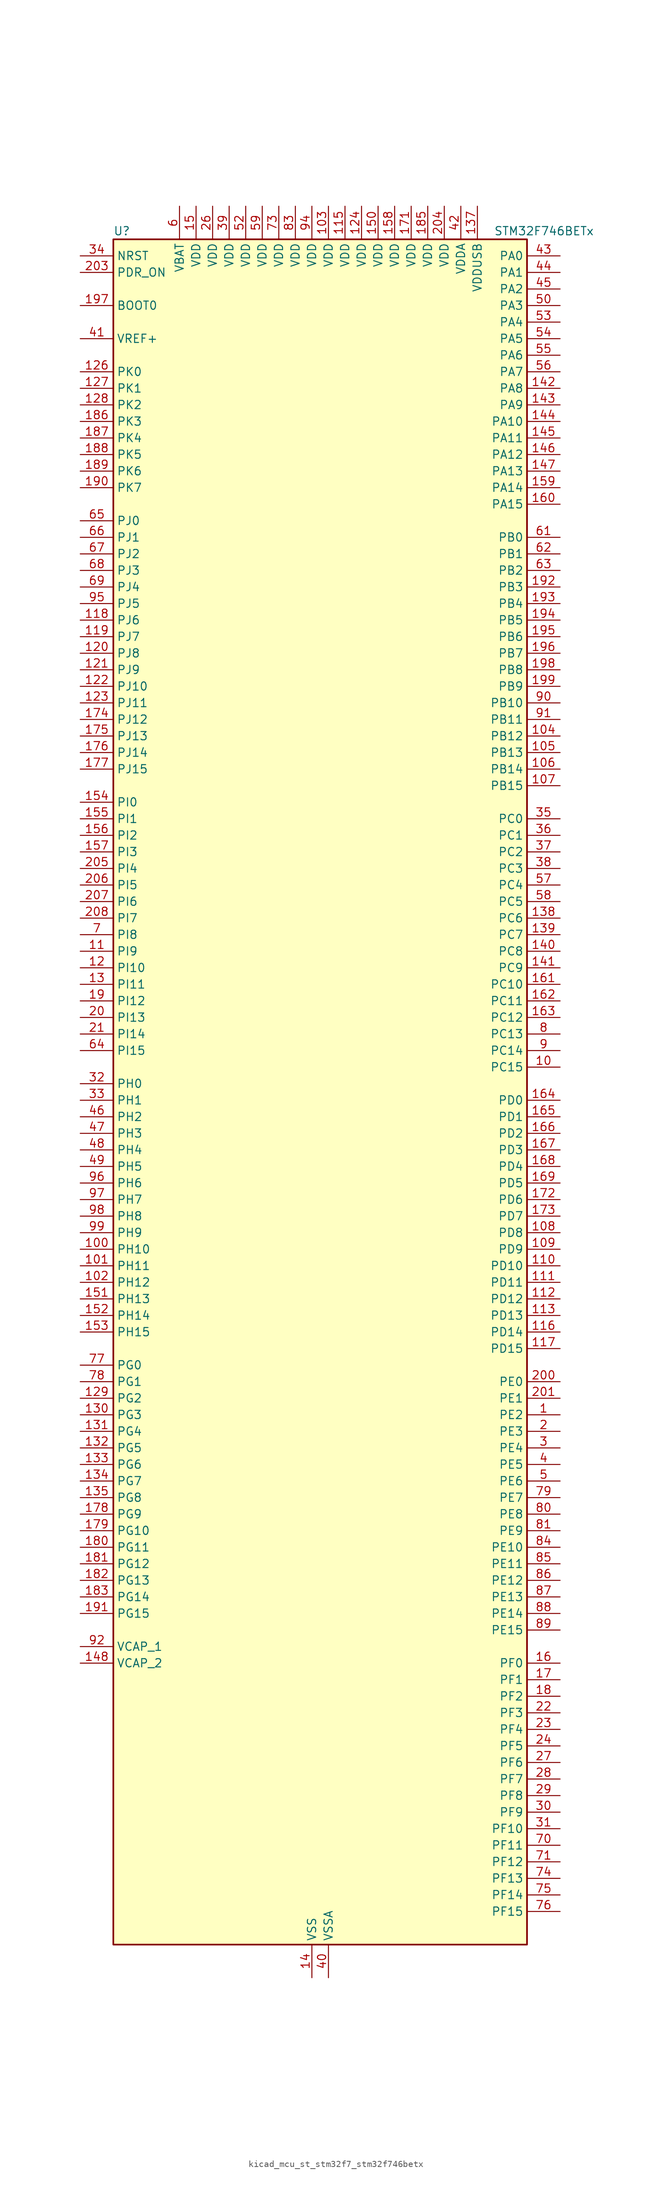
<source format=kicad_sym>
(kicad_symbol_lib
  (version 20220914)
  (generator kicad_symbol_editor)
  (symbol "kicad_mcu_st_stm32f7_stm32f746betx"
    (property "Reference" "U"
      (at -30.48 133.35 0)
      (effects (font (size 1.27 1.27)) (justify left)))
    (property "Value" "STM32F746BETx"
      (at 27.94 133.35 0)
      (effects (font (size 1.27 1.27)) (justify left)))
    (property "ki_locked" ""
      (at 0 0 0)
      (effects (font (size 1.27 1.27))))
    (symbol "kicad_mcu_st_stm32f7_stm32f746betx_0_1"
      (rectangle (start -30.48 -129.54) (end 33.02 132.08) (stroke (width 0.254) (type default)) (fill (type background))))
    (symbol "kicad_mcu_st_stm32f7_stm32f746betx_1_1"
      (pin bidirectional line (at 38.1 -48.26 180) (length 5.08) (name "PE2" (effects (font (size 1.27 1.27)))) (number "1" (effects (font (size 1.27 1.27)))) (alternate "ETH_TXD3" bidirectional line) (alternate "FMC_A23" bidirectional line) (alternate "QUADSPI_BK1_IO2" bidirectional line) (alternate "SAI1_MCLK_A" bidirectional line) (alternate "SPI4_SCK" bidirectional line) (alternate "SYS_TRACECLK" bidirectional line))
      (pin bidirectional line (at 38.1 5.08 180) (length 5.08) (name "PC15" (effects (font (size 1.27 1.27)))) (number "10" (effects (font (size 1.27 1.27)))) (alternate "RCC_OSC32_OUT" bidirectional line))
      (pin bidirectional line (at -35.56 -22.86 0) (length 5.08) (name "PH10" (effects (font (size 1.27 1.27)))) (number "100" (effects (font (size 1.27 1.27)))) (alternate "DCMI_D1" bidirectional line) (alternate "FMC_D18" bidirectional line) (alternate "I2C4_SMBA" bidirectional line) (alternate "LTDC_R4" bidirectional line) (alternate "TIM5_CH1" bidirectional line))
      (pin bidirectional line (at -35.56 -25.4 0) (length 5.08) (name "PH11" (effects (font (size 1.27 1.27)))) (number "101" (effects (font (size 1.27 1.27)))) (alternate "ADC1_EXTI11" bidirectional line) (alternate "ADC2_EXTI11" bidirectional line) (alternate "ADC3_EXTI11" bidirectional line) (alternate "DCMI_D2" bidirectional line) (alternate "FMC_D19" bidirectional line) (alternate "I2C4_SCL" bidirectional line) (alternate "LTDC_R5" bidirectional line) (alternate "TIM5_CH2" bidirectional line))
      (pin bidirectional line (at -35.56 -27.94 0) (length 5.08) (name "PH12" (effects (font (size 1.27 1.27)))) (number "102" (effects (font (size 1.27 1.27)))) (alternate "DCMI_D3" bidirectional line) (alternate "FMC_D20" bidirectional line) (alternate "I2C4_SDA" bidirectional line) (alternate "LTDC_R6" bidirectional line) (alternate "TIM5_CH3" bidirectional line))
      (pin power_in line (at 2.54 137.16 270) (length 5.08) (name "VDD" (effects (font (size 1.27 1.27)))) (number "103" (effects (font (size 1.27 1.27)))))
      (pin bidirectional line (at 38.1 55.88 180) (length 5.08) (name "PB12" (effects (font (size 1.27 1.27)))) (number "104" (effects (font (size 1.27 1.27)))) (alternate "CAN2_RX" bidirectional line) (alternate "ETH_TXD0" bidirectional line) (alternate "I2C2_SMBA" bidirectional line) (alternate "I2S2_WS" bidirectional line) (alternate "SPI2_NSS" bidirectional line) (alternate "TIM1_BKIN" bidirectional line) (alternate "USART3_CK" bidirectional line) (alternate "USB_OTG_HS_ID" bidirectional line) (alternate "USB_OTG_HS_ULPI_D5" bidirectional line))
      (pin bidirectional line (at 38.1 53.34 180) (length 5.08) (name "PB13" (effects (font (size 1.27 1.27)))) (number "105" (effects (font (size 1.27 1.27)))) (alternate "CAN2_TX" bidirectional line) (alternate "ETH_TXD1" bidirectional line) (alternate "I2S2_CK" bidirectional line) (alternate "SPI2_SCK" bidirectional line) (alternate "TIM1_CH1N" bidirectional line) (alternate "USART3_CTS" bidirectional line) (alternate "USB_OTG_HS_ULPI_D6" bidirectional line) (alternate "USB_OTG_HS_VBUS" bidirectional line))
      (pin bidirectional line (at 38.1 50.8 180) (length 5.08) (name "PB14" (effects (font (size 1.27 1.27)))) (number "106" (effects (font (size 1.27 1.27)))) (alternate "SPI2_MISO" bidirectional line) (alternate "TIM12_CH1" bidirectional line) (alternate "TIM1_CH2N" bidirectional line) (alternate "TIM8_CH2N" bidirectional line) (alternate "USART3_DE" bidirectional line) (alternate "USART3_RTS" bidirectional line) (alternate "USB_OTG_HS_DM" bidirectional line))
      (pin bidirectional line (at 38.1 48.26 180) (length 5.08) (name "PB15" (effects (font (size 1.27 1.27)))) (number "107" (effects (font (size 1.27 1.27)))) (alternate "I2S2_SD" bidirectional line) (alternate "RTC_REFIN" bidirectional line) (alternate "SPI2_MOSI" bidirectional line) (alternate "TIM12_CH2" bidirectional line) (alternate "TIM1_CH3N" bidirectional line) (alternate "TIM8_CH3N" bidirectional line) (alternate "USB_OTG_HS_DP" bidirectional line))
      (pin bidirectional line (at 38.1 -20.32 180) (length 5.08) (name "PD8" (effects (font (size 1.27 1.27)))) (number "108" (effects (font (size 1.27 1.27)))) (alternate "FMC_D13" bidirectional line) (alternate "FMC_DA13" bidirectional line) (alternate "SPDIFRX_IN1" bidirectional line) (alternate "USART3_TX" bidirectional line))
      (pin bidirectional line (at 38.1 -22.86 180) (length 5.08) (name "PD9" (effects (font (size 1.27 1.27)))) (number "109" (effects (font (size 1.27 1.27)))) (alternate "DAC_EXTI9" bidirectional line) (alternate "FMC_D14" bidirectional line) (alternate "FMC_DA14" bidirectional line) (alternate "USART3_RX" bidirectional line))
      (pin bidirectional line (at -35.56 22.86 0) (length 5.08) (name "PI9" (effects (font (size 1.27 1.27)))) (number "11" (effects (font (size 1.27 1.27)))) (alternate "CAN1_RX" bidirectional line) (alternate "DAC_EXTI9" bidirectional line) (alternate "FMC_D30" bidirectional line) (alternate "LTDC_VSYNC" bidirectional line))
      (pin bidirectional line (at 38.1 -25.4 180) (length 5.08) (name "PD10" (effects (font (size 1.27 1.27)))) (number "110" (effects (font (size 1.27 1.27)))) (alternate "FMC_D15" bidirectional line) (alternate "FMC_DA15" bidirectional line) (alternate "LTDC_B3" bidirectional line) (alternate "USART3_CK" bidirectional line))
      (pin bidirectional line (at 38.1 -27.94 180) (length 5.08) (name "PD11" (effects (font (size 1.27 1.27)))) (number "111" (effects (font (size 1.27 1.27)))) (alternate "ADC1_EXTI11" bidirectional line) (alternate "ADC2_EXTI11" bidirectional line) (alternate "ADC3_EXTI11" bidirectional line) (alternate "FMC_A16" bidirectional line) (alternate "FMC_CLE" bidirectional line) (alternate "I2C4_SMBA" bidirectional line) (alternate "QUADSPI_BK1_IO0" bidirectional line) (alternate "SAI2_SD_A" bidirectional line) (alternate "USART3_CTS" bidirectional line))
      (pin bidirectional line (at 38.1 -30.48 180) (length 5.08) (name "PD12" (effects (font (size 1.27 1.27)))) (number "112" (effects (font (size 1.27 1.27)))) (alternate "FMC_A17" bidirectional line) (alternate "FMC_ALE" bidirectional line) (alternate "I2C4_SCL" bidirectional line) (alternate "LPTIM1_IN1" bidirectional line) (alternate "QUADSPI_BK1_IO1" bidirectional line) (alternate "SAI2_FS_A" bidirectional line) (alternate "TIM4_CH1" bidirectional line) (alternate "USART3_DE" bidirectional line) (alternate "USART3_RTS" bidirectional line))
      (pin bidirectional line (at 38.1 -33.02 180) (length 5.08) (name "PD13" (effects (font (size 1.27 1.27)))) (number "113" (effects (font (size 1.27 1.27)))) (alternate "FMC_A18" bidirectional line) (alternate "I2C4_SDA" bidirectional line) (alternate "LPTIM1_OUT" bidirectional line) (alternate "QUADSPI_BK1_IO3" bidirectional line) (alternate "SAI2_SCK_A" bidirectional line) (alternate "TIM4_CH2" bidirectional line))
      (pin passive line (at 0 -134.62 90) (length 5.08) hide (name "VSS" (effects (font (size 1.27 1.27)))) (number "114" (effects (font (size 1.27 1.27)))))
      (pin power_in line (at 5.08 137.16 270) (length 5.08) (name "VDD" (effects (font (size 1.27 1.27)))) (number "115" (effects (font (size 1.27 1.27)))))
      (pin bidirectional line (at 38.1 -35.56 180) (length 5.08) (name "PD14" (effects (font (size 1.27 1.27)))) (number "116" (effects (font (size 1.27 1.27)))) (alternate "FMC_D0" bidirectional line) (alternate "FMC_DA0" bidirectional line) (alternate "TIM4_CH3" bidirectional line) (alternate "UART8_CTS" bidirectional line))
      (pin bidirectional line (at 38.1 -38.1 180) (length 5.08) (name "PD15" (effects (font (size 1.27 1.27)))) (number "117" (effects (font (size 1.27 1.27)))) (alternate "FMC_D1" bidirectional line) (alternate "FMC_DA1" bidirectional line) (alternate "TIM4_CH4" bidirectional line) (alternate "UART8_DE" bidirectional line) (alternate "UART8_RTS" bidirectional line))
      (pin bidirectional line (at -35.56 73.66 0) (length 5.08) (name "PJ6" (effects (font (size 1.27 1.27)))) (number "118" (effects (font (size 1.27 1.27)))) (alternate "LTDC_R7" bidirectional line))
      (pin bidirectional line (at -35.56 71.12 0) (length 5.08) (name "PJ7" (effects (font (size 1.27 1.27)))) (number "119" (effects (font (size 1.27 1.27)))) (alternate "LTDC_G0" bidirectional line))
      (pin bidirectional line (at -35.56 20.32 0) (length 5.08) (name "PI10" (effects (font (size 1.27 1.27)))) (number "12" (effects (font (size 1.27 1.27)))) (alternate "ETH_RX_ER" bidirectional line) (alternate "FMC_D31" bidirectional line) (alternate "LTDC_HSYNC" bidirectional line))
      (pin bidirectional line (at -35.56 68.58 0) (length 5.08) (name "PJ8" (effects (font (size 1.27 1.27)))) (number "120" (effects (font (size 1.27 1.27)))) (alternate "LTDC_G1" bidirectional line))
      (pin bidirectional line (at -35.56 66.04 0) (length 5.08) (name "PJ9" (effects (font (size 1.27 1.27)))) (number "121" (effects (font (size 1.27 1.27)))) (alternate "DAC_EXTI9" bidirectional line) (alternate "LTDC_G2" bidirectional line))
      (pin bidirectional line (at -35.56 63.5 0) (length 5.08) (name "PJ10" (effects (font (size 1.27 1.27)))) (number "122" (effects (font (size 1.27 1.27)))) (alternate "LTDC_G3" bidirectional line))
      (pin bidirectional line (at -35.56 60.96 0) (length 5.08) (name "PJ11" (effects (font (size 1.27 1.27)))) (number "123" (effects (font (size 1.27 1.27)))) (alternate "ADC1_EXTI11" bidirectional line) (alternate "ADC2_EXTI11" bidirectional line) (alternate "ADC3_EXTI11" bidirectional line) (alternate "LTDC_G4" bidirectional line))
      (pin power_in line (at 7.62 137.16 270) (length 5.08) (name "VDD" (effects (font (size 1.27 1.27)))) (number "124" (effects (font (size 1.27 1.27)))))
      (pin passive line (at 0 -134.62 90) (length 5.08) hide (name "VSS" (effects (font (size 1.27 1.27)))) (number "125" (effects (font (size 1.27 1.27)))))
      (pin bidirectional line (at -35.56 111.76 0) (length 5.08) (name "PK0" (effects (font (size 1.27 1.27)))) (number "126" (effects (font (size 1.27 1.27)))) (alternate "LTDC_G5" bidirectional line))
      (pin bidirectional line (at -35.56 109.22 0) (length 5.08) (name "PK1" (effects (font (size 1.27 1.27)))) (number "127" (effects (font (size 1.27 1.27)))) (alternate "LTDC_G6" bidirectional line))
      (pin bidirectional line (at -35.56 106.68 0) (length 5.08) (name "PK2" (effects (font (size 1.27 1.27)))) (number "128" (effects (font (size 1.27 1.27)))) (alternate "LTDC_G7" bidirectional line))
      (pin bidirectional line (at -35.56 -45.72 0) (length 5.08) (name "PG2" (effects (font (size 1.27 1.27)))) (number "129" (effects (font (size 1.27 1.27)))) (alternate "FMC_A12" bidirectional line))
      (pin bidirectional line (at -35.56 17.78 0) (length 5.08) (name "PI11" (effects (font (size 1.27 1.27)))) (number "13" (effects (font (size 1.27 1.27)))) (alternate "ADC1_EXTI11" bidirectional line) (alternate "ADC2_EXTI11" bidirectional line) (alternate "ADC3_EXTI11" bidirectional line) (alternate "SYS_WKUP6" bidirectional line) (alternate "USB_OTG_HS_ULPI_DIR" bidirectional line))
      (pin bidirectional line (at -35.56 -48.26 0) (length 5.08) (name "PG3" (effects (font (size 1.27 1.27)))) (number "130" (effects (font (size 1.27 1.27)))) (alternate "FMC_A13" bidirectional line))
      (pin bidirectional line (at -35.56 -50.8 0) (length 5.08) (name "PG4" (effects (font (size 1.27 1.27)))) (number "131" (effects (font (size 1.27 1.27)))) (alternate "FMC_A14" bidirectional line) (alternate "FMC_BA0" bidirectional line))
      (pin bidirectional line (at -35.56 -53.34 0) (length 5.08) (name "PG5" (effects (font (size 1.27 1.27)))) (number "132" (effects (font (size 1.27 1.27)))) (alternate "FMC_A15" bidirectional line) (alternate "FMC_BA1" bidirectional line))
      (pin bidirectional line (at -35.56 -55.88 0) (length 5.08) (name "PG6" (effects (font (size 1.27 1.27)))) (number "133" (effects (font (size 1.27 1.27)))) (alternate "DCMI_D12" bidirectional line) (alternate "LTDC_R7" bidirectional line))
      (pin bidirectional line (at -35.56 -58.42 0) (length 5.08) (name "PG7" (effects (font (size 1.27 1.27)))) (number "134" (effects (font (size 1.27 1.27)))) (alternate "DCMI_D13" bidirectional line) (alternate "FMC_INT" bidirectional line) (alternate "LTDC_CLK" bidirectional line) (alternate "USART6_CK" bidirectional line))
      (pin bidirectional line (at -35.56 -60.96 0) (length 5.08) (name "PG8" (effects (font (size 1.27 1.27)))) (number "135" (effects (font (size 1.27 1.27)))) (alternate "ETH_PPS_OUT" bidirectional line) (alternate "FMC_SDCLK" bidirectional line) (alternate "SPDIFRX_IN2" bidirectional line) (alternate "SPI6_NSS" bidirectional line) (alternate "USART6_DE" bidirectional line) (alternate "USART6_RTS" bidirectional line))
      (pin passive line (at 0 -134.62 90) (length 5.08) hide (name "VSS" (effects (font (size 1.27 1.27)))) (number "136" (effects (font (size 1.27 1.27)))))
      (pin power_in line (at 25.4 137.16 270) (length 5.08) (name "VDDUSB" (effects (font (size 1.27 1.27)))) (number "137" (effects (font (size 1.27 1.27)))))
      (pin bidirectional line (at 38.1 27.94 180) (length 5.08) (name "PC6" (effects (font (size 1.27 1.27)))) (number "138" (effects (font (size 1.27 1.27)))) (alternate "DCMI_D0" bidirectional line) (alternate "I2S2_MCK" bidirectional line) (alternate "LTDC_HSYNC" bidirectional line) (alternate "SDMMC1_D6" bidirectional line) (alternate "TIM3_CH1" bidirectional line) (alternate "TIM8_CH1" bidirectional line) (alternate "USART6_TX" bidirectional line))
      (pin bidirectional line (at 38.1 25.4 180) (length 5.08) (name "PC7" (effects (font (size 1.27 1.27)))) (number "139" (effects (font (size 1.27 1.27)))) (alternate "DCMI_D1" bidirectional line) (alternate "I2S3_MCK" bidirectional line) (alternate "LTDC_G6" bidirectional line) (alternate "SDMMC1_D7" bidirectional line) (alternate "TIM3_CH2" bidirectional line) (alternate "TIM8_CH2" bidirectional line) (alternate "USART6_RX" bidirectional line))
      (pin power_in line (at 0 -134.62 90) (length 5.08) (name "VSS" (effects (font (size 1.27 1.27)))) (number "14" (effects (font (size 1.27 1.27)))))
      (pin bidirectional line (at 38.1 22.86 180) (length 5.08) (name "PC8" (effects (font (size 1.27 1.27)))) (number "140" (effects (font (size 1.27 1.27)))) (alternate "DCMI_D2" bidirectional line) (alternate "SDMMC1_D0" bidirectional line) (alternate "SYS_TRACED1" bidirectional line) (alternate "TIM3_CH3" bidirectional line) (alternate "TIM8_CH3" bidirectional line) (alternate "UART5_DE" bidirectional line) (alternate "UART5_RTS" bidirectional line) (alternate "USART6_CK" bidirectional line))
      (pin bidirectional line (at 38.1 20.32 180) (length 5.08) (name "PC9" (effects (font (size 1.27 1.27)))) (number "141" (effects (font (size 1.27 1.27)))) (alternate "DAC_EXTI9" bidirectional line) (alternate "DCMI_D3" bidirectional line) (alternate "I2C3_SDA" bidirectional line) (alternate "I2S_CKIN" bidirectional line) (alternate "QUADSPI_BK1_IO0" bidirectional line) (alternate "RCC_MCO_2" bidirectional line) (alternate "SDMMC1_D1" bidirectional line) (alternate "TIM3_CH4" bidirectional line) (alternate "TIM8_CH4" bidirectional line) (alternate "UART5_CTS" bidirectional line))
      (pin bidirectional line (at 38.1 109.22 180) (length 5.08) (name "PA8" (effects (font (size 1.27 1.27)))) (number "142" (effects (font (size 1.27 1.27)))) (alternate "I2C3_SCL" bidirectional line) (alternate "LTDC_R6" bidirectional line) (alternate "RCC_MCO_1" bidirectional line) (alternate "TIM1_CH1" bidirectional line) (alternate "TIM8_BKIN2" bidirectional line) (alternate "USART1_CK" bidirectional line) (alternate "USB_OTG_FS_SOF" bidirectional line))
      (pin bidirectional line (at 38.1 106.68 180) (length 5.08) (name "PA9" (effects (font (size 1.27 1.27)))) (number "143" (effects (font (size 1.27 1.27)))) (alternate "DAC_EXTI9" bidirectional line) (alternate "DCMI_D0" bidirectional line) (alternate "I2C3_SMBA" bidirectional line) (alternate "I2S2_CK" bidirectional line) (alternate "SPI2_SCK" bidirectional line) (alternate "TIM1_CH2" bidirectional line) (alternate "USART1_TX" bidirectional line) (alternate "USB_OTG_FS_VBUS" bidirectional line))
      (pin bidirectional line (at 38.1 104.14 180) (length 5.08) (name "PA10" (effects (font (size 1.27 1.27)))) (number "144" (effects (font (size 1.27 1.27)))) (alternate "DCMI_D1" bidirectional line) (alternate "TIM1_CH3" bidirectional line) (alternate "USART1_RX" bidirectional line) (alternate "USB_OTG_FS_ID" bidirectional line))
      (pin bidirectional line (at 38.1 101.6 180) (length 5.08) (name "PA11" (effects (font (size 1.27 1.27)))) (number "145" (effects (font (size 1.27 1.27)))) (alternate "ADC1_EXTI11" bidirectional line) (alternate "ADC2_EXTI11" bidirectional line) (alternate "ADC3_EXTI11" bidirectional line) (alternate "CAN1_RX" bidirectional line) (alternate "LTDC_R4" bidirectional line) (alternate "TIM1_CH4" bidirectional line) (alternate "USART1_CTS" bidirectional line) (alternate "USB_OTG_FS_DM" bidirectional line))
      (pin bidirectional line (at 38.1 99.06 180) (length 5.08) (name "PA12" (effects (font (size 1.27 1.27)))) (number "146" (effects (font (size 1.27 1.27)))) (alternate "CAN1_TX" bidirectional line) (alternate "LTDC_R5" bidirectional line) (alternate "SAI2_FS_B" bidirectional line) (alternate "TIM1_ETR" bidirectional line) (alternate "USART1_DE" bidirectional line) (alternate "USART1_RTS" bidirectional line) (alternate "USB_OTG_FS_DP" bidirectional line))
      (pin bidirectional line (at 38.1 96.52 180) (length 5.08) (name "PA13" (effects (font (size 1.27 1.27)))) (number "147" (effects (font (size 1.27 1.27)))) (alternate "SYS_JTMS-SWDIO" bidirectional line))
      (pin power_out line (at -35.56 -86.36 0) (length 5.08) (name "VCAP_2" (effects (font (size 1.27 1.27)))) (number "148" (effects (font (size 1.27 1.27)))))
      (pin passive line (at 0 -134.62 90) (length 5.08) hide (name "VSS" (effects (font (size 1.27 1.27)))) (number "149" (effects (font (size 1.27 1.27)))))
      (pin power_in line (at -17.78 137.16 270) (length 5.08) (name "VDD" (effects (font (size 1.27 1.27)))) (number "15" (effects (font (size 1.27 1.27)))))
      (pin power_in line (at 10.16 137.16 270) (length 5.08) (name "VDD" (effects (font (size 1.27 1.27)))) (number "150" (effects (font (size 1.27 1.27)))))
      (pin bidirectional line (at -35.56 -30.48 0) (length 5.08) (name "PH13" (effects (font (size 1.27 1.27)))) (number "151" (effects (font (size 1.27 1.27)))) (alternate "CAN1_TX" bidirectional line) (alternate "FMC_D21" bidirectional line) (alternate "LTDC_G2" bidirectional line) (alternate "TIM8_CH1N" bidirectional line))
      (pin bidirectional line (at -35.56 -33.02 0) (length 5.08) (name "PH14" (effects (font (size 1.27 1.27)))) (number "152" (effects (font (size 1.27 1.27)))) (alternate "DCMI_D4" bidirectional line) (alternate "FMC_D22" bidirectional line) (alternate "LTDC_G3" bidirectional line) (alternate "TIM8_CH2N" bidirectional line))
      (pin bidirectional line (at -35.56 -35.56 0) (length 5.08) (name "PH15" (effects (font (size 1.27 1.27)))) (number "153" (effects (font (size 1.27 1.27)))) (alternate "DCMI_D11" bidirectional line) (alternate "FMC_D23" bidirectional line) (alternate "LTDC_G4" bidirectional line) (alternate "TIM8_CH3N" bidirectional line))
      (pin bidirectional line (at -35.56 45.72 0) (length 5.08) (name "PI0" (effects (font (size 1.27 1.27)))) (number "154" (effects (font (size 1.27 1.27)))) (alternate "DCMI_D13" bidirectional line) (alternate "FMC_D24" bidirectional line) (alternate "I2S2_WS" bidirectional line) (alternate "LTDC_G5" bidirectional line) (alternate "SPI2_NSS" bidirectional line) (alternate "TIM5_CH4" bidirectional line))
      (pin bidirectional line (at -35.56 43.18 0) (length 5.08) (name "PI1" (effects (font (size 1.27 1.27)))) (number "155" (effects (font (size 1.27 1.27)))) (alternate "DCMI_D8" bidirectional line) (alternate "FMC_D25" bidirectional line) (alternate "I2S2_CK" bidirectional line) (alternate "LTDC_G6" bidirectional line) (alternate "SPI2_SCK" bidirectional line) (alternate "TIM8_BKIN2" bidirectional line))
      (pin bidirectional line (at -35.56 40.64 0) (length 5.08) (name "PI2" (effects (font (size 1.27 1.27)))) (number "156" (effects (font (size 1.27 1.27)))) (alternate "DCMI_D9" bidirectional line) (alternate "FMC_D26" bidirectional line) (alternate "LTDC_G7" bidirectional line) (alternate "SPI2_MISO" bidirectional line) (alternate "TIM8_CH4" bidirectional line))
      (pin bidirectional line (at -35.56 38.1 0) (length 5.08) (name "PI3" (effects (font (size 1.27 1.27)))) (number "157" (effects (font (size 1.27 1.27)))) (alternate "DCMI_D10" bidirectional line) (alternate "FMC_D27" bidirectional line) (alternate "I2S2_SD" bidirectional line) (alternate "SPI2_MOSI" bidirectional line) (alternate "TIM8_ETR" bidirectional line))
      (pin power_in line (at 12.7 137.16 270) (length 5.08) (name "VDD" (effects (font (size 1.27 1.27)))) (number "158" (effects (font (size 1.27 1.27)))))
      (pin bidirectional line (at 38.1 93.98 180) (length 5.08) (name "PA14" (effects (font (size 1.27 1.27)))) (number "159" (effects (font (size 1.27 1.27)))) (alternate "SYS_JTCK-SWCLK" bidirectional line))
      (pin bidirectional line (at 38.1 -86.36 180) (length 5.08) (name "PF0" (effects (font (size 1.27 1.27)))) (number "16" (effects (font (size 1.27 1.27)))) (alternate "FMC_A0" bidirectional line) (alternate "I2C2_SDA" bidirectional line))
      (pin bidirectional line (at 38.1 91.44 180) (length 5.08) (name "PA15" (effects (font (size 1.27 1.27)))) (number "160" (effects (font (size 1.27 1.27)))) (alternate "CEC" bidirectional line) (alternate "I2S1_WS" bidirectional line) (alternate "I2S3_WS" bidirectional line) (alternate "SPI1_NSS" bidirectional line) (alternate "SPI3_NSS" bidirectional line) (alternate "SYS_JTDI" bidirectional line) (alternate "TIM2_CH1" bidirectional line) (alternate "TIM2_ETR" bidirectional line) (alternate "UART4_DE" bidirectional line) (alternate "UART4_RTS" bidirectional line))
      (pin bidirectional line (at 38.1 17.78 180) (length 5.08) (name "PC10" (effects (font (size 1.27 1.27)))) (number "161" (effects (font (size 1.27 1.27)))) (alternate "DCMI_D8" bidirectional line) (alternate "I2S3_CK" bidirectional line) (alternate "LTDC_R2" bidirectional line) (alternate "QUADSPI_BK1_IO1" bidirectional line) (alternate "SDMMC1_D2" bidirectional line) (alternate "SPI3_SCK" bidirectional line) (alternate "UART4_TX" bidirectional line) (alternate "USART3_TX" bidirectional line))
      (pin bidirectional line (at 38.1 15.24 180) (length 5.08) (name "PC11" (effects (font (size 1.27 1.27)))) (number "162" (effects (font (size 1.27 1.27)))) (alternate "ADC1_EXTI11" bidirectional line) (alternate "ADC2_EXTI11" bidirectional line) (alternate "ADC3_EXTI11" bidirectional line) (alternate "DCMI_D4" bidirectional line) (alternate "QUADSPI_BK2_NCS" bidirectional line) (alternate "SDMMC1_D3" bidirectional line) (alternate "SPI3_MISO" bidirectional line) (alternate "UART4_RX" bidirectional line) (alternate "USART3_RX" bidirectional line))
      (pin bidirectional line (at 38.1 12.7 180) (length 5.08) (name "PC12" (effects (font (size 1.27 1.27)))) (number "163" (effects (font (size 1.27 1.27)))) (alternate "DCMI_D9" bidirectional line) (alternate "I2S3_SD" bidirectional line) (alternate "SDMMC1_CK" bidirectional line) (alternate "SPI3_MOSI" bidirectional line) (alternate "SYS_TRACED3" bidirectional line) (alternate "UART5_TX" bidirectional line) (alternate "USART3_CK" bidirectional line))
      (pin bidirectional line (at 38.1 0 180) (length 5.08) (name "PD0" (effects (font (size 1.27 1.27)))) (number "164" (effects (font (size 1.27 1.27)))) (alternate "CAN1_RX" bidirectional line) (alternate "FMC_D2" bidirectional line) (alternate "FMC_DA2" bidirectional line))
      (pin bidirectional line (at 38.1 -2.54 180) (length 5.08) (name "PD1" (effects (font (size 1.27 1.27)))) (number "165" (effects (font (size 1.27 1.27)))) (alternate "CAN1_TX" bidirectional line) (alternate "FMC_D3" bidirectional line) (alternate "FMC_DA3" bidirectional line))
      (pin bidirectional line (at 38.1 -5.08 180) (length 5.08) (name "PD2" (effects (font (size 1.27 1.27)))) (number "166" (effects (font (size 1.27 1.27)))) (alternate "DCMI_D11" bidirectional line) (alternate "SDMMC1_CMD" bidirectional line) (alternate "SYS_TRACED2" bidirectional line) (alternate "TIM3_ETR" bidirectional line) (alternate "UART5_RX" bidirectional line))
      (pin bidirectional line (at 38.1 -7.62 180) (length 5.08) (name "PD3" (effects (font (size 1.27 1.27)))) (number "167" (effects (font (size 1.27 1.27)))) (alternate "DCMI_D5" bidirectional line) (alternate "FMC_CLK" bidirectional line) (alternate "I2S2_CK" bidirectional line) (alternate "LTDC_G7" bidirectional line) (alternate "SPI2_SCK" bidirectional line) (alternate "USART2_CTS" bidirectional line))
      (pin bidirectional line (at 38.1 -10.16 180) (length 5.08) (name "PD4" (effects (font (size 1.27 1.27)))) (number "168" (effects (font (size 1.27 1.27)))) (alternate "FMC_NOE" bidirectional line) (alternate "USART2_DE" bidirectional line) (alternate "USART2_RTS" bidirectional line))
      (pin bidirectional line (at 38.1 -12.7 180) (length 5.08) (name "PD5" (effects (font (size 1.27 1.27)))) (number "169" (effects (font (size 1.27 1.27)))) (alternate "FMC_NWE" bidirectional line) (alternate "USART2_TX" bidirectional line))
      (pin bidirectional line (at 38.1 -88.9 180) (length 5.08) (name "PF1" (effects (font (size 1.27 1.27)))) (number "17" (effects (font (size 1.27 1.27)))) (alternate "FMC_A1" bidirectional line) (alternate "I2C2_SCL" bidirectional line))
      (pin passive line (at 0 -134.62 90) (length 5.08) hide (name "VSS" (effects (font (size 1.27 1.27)))) (number "170" (effects (font (size 1.27 1.27)))))
      (pin power_in line (at 15.24 137.16 270) (length 5.08) (name "VDD" (effects (font (size 1.27 1.27)))) (number "171" (effects (font (size 1.27 1.27)))))
      (pin bidirectional line (at 38.1 -15.24 180) (length 5.08) (name "PD6" (effects (font (size 1.27 1.27)))) (number "172" (effects (font (size 1.27 1.27)))) (alternate "DCMI_D10" bidirectional line) (alternate "FMC_NWAIT" bidirectional line) (alternate "I2S3_SD" bidirectional line) (alternate "LTDC_B2" bidirectional line) (alternate "SAI1_SD_A" bidirectional line) (alternate "SPI3_MOSI" bidirectional line) (alternate "USART2_RX" bidirectional line))
      (pin bidirectional line (at 38.1 -17.78 180) (length 5.08) (name "PD7" (effects (font (size 1.27 1.27)))) (number "173" (effects (font (size 1.27 1.27)))) (alternate "FMC_NE1" bidirectional line) (alternate "SPDIFRX_IN0" bidirectional line) (alternate "USART2_CK" bidirectional line))
      (pin bidirectional line (at -35.56 58.42 0) (length 5.08) (name "PJ12" (effects (font (size 1.27 1.27)))) (number "174" (effects (font (size 1.27 1.27)))) (alternate "LTDC_B0" bidirectional line))
      (pin bidirectional line (at -35.56 55.88 0) (length 5.08) (name "PJ13" (effects (font (size 1.27 1.27)))) (number "175" (effects (font (size 1.27 1.27)))) (alternate "LTDC_B1" bidirectional line))
      (pin bidirectional line (at -35.56 53.34 0) (length 5.08) (name "PJ14" (effects (font (size 1.27 1.27)))) (number "176" (effects (font (size 1.27 1.27)))) (alternate "LTDC_B2" bidirectional line))
      (pin bidirectional line (at -35.56 50.8 0) (length 5.08) (name "PJ15" (effects (font (size 1.27 1.27)))) (number "177" (effects (font (size 1.27 1.27)))) (alternate "LTDC_B3" bidirectional line))
      (pin bidirectional line (at -35.56 -63.5 0) (length 5.08) (name "PG9" (effects (font (size 1.27 1.27)))) (number "178" (effects (font (size 1.27 1.27)))) (alternate "DAC_EXTI9" bidirectional line) (alternate "DCMI_VSYNC" bidirectional line) (alternate "FMC_NCE" bidirectional line) (alternate "FMC_NE2" bidirectional line) (alternate "QUADSPI_BK2_IO2" bidirectional line) (alternate "SAI2_FS_B" bidirectional line) (alternate "SPDIFRX_IN3" bidirectional line) (alternate "USART6_RX" bidirectional line))
      (pin bidirectional line (at -35.56 -66.04 0) (length 5.08) (name "PG10" (effects (font (size 1.27 1.27)))) (number "179" (effects (font (size 1.27 1.27)))) (alternate "DCMI_D2" bidirectional line) (alternate "FMC_NE3" bidirectional line) (alternate "LTDC_B2" bidirectional line) (alternate "LTDC_G3" bidirectional line) (alternate "SAI2_SD_B" bidirectional line))
      (pin bidirectional line (at 38.1 -91.44 180) (length 5.08) (name "PF2" (effects (font (size 1.27 1.27)))) (number "18" (effects (font (size 1.27 1.27)))) (alternate "FMC_A2" bidirectional line) (alternate "I2C2_SMBA" bidirectional line))
      (pin bidirectional line (at -35.56 -68.58 0) (length 5.08) (name "PG11" (effects (font (size 1.27 1.27)))) (number "180" (effects (font (size 1.27 1.27)))) (alternate "ADC1_EXTI11" bidirectional line) (alternate "ADC2_EXTI11" bidirectional line) (alternate "ADC3_EXTI11" bidirectional line) (alternate "DCMI_D3" bidirectional line) (alternate "ETH_TX_EN" bidirectional line) (alternate "LTDC_B3" bidirectional line) (alternate "SPDIFRX_IN0" bidirectional line))
      (pin bidirectional line (at -35.56 -71.12 0) (length 5.08) (name "PG12" (effects (font (size 1.27 1.27)))) (number "181" (effects (font (size 1.27 1.27)))) (alternate "FMC_NE4" bidirectional line) (alternate "LPTIM1_IN1" bidirectional line) (alternate "LTDC_B1" bidirectional line) (alternate "LTDC_B4" bidirectional line) (alternate "SPDIFRX_IN1" bidirectional line) (alternate "SPI6_MISO" bidirectional line) (alternate "USART6_DE" bidirectional line) (alternate "USART6_RTS" bidirectional line))
      (pin bidirectional line (at -35.56 -73.66 0) (length 5.08) (name "PG13" (effects (font (size 1.27 1.27)))) (number "182" (effects (font (size 1.27 1.27)))) (alternate "ETH_TXD0" bidirectional line) (alternate "FMC_A24" bidirectional line) (alternate "LPTIM1_OUT" bidirectional line) (alternate "LTDC_R0" bidirectional line) (alternate "SPI6_SCK" bidirectional line) (alternate "SYS_TRACED0" bidirectional line) (alternate "USART6_CTS" bidirectional line))
      (pin bidirectional line (at -35.56 -76.2 0) (length 5.08) (name "PG14" (effects (font (size 1.27 1.27)))) (number "183" (effects (font (size 1.27 1.27)))) (alternate "ETH_TXD1" bidirectional line) (alternate "FMC_A25" bidirectional line) (alternate "LPTIM1_ETR" bidirectional line) (alternate "LTDC_B0" bidirectional line) (alternate "QUADSPI_BK2_IO3" bidirectional line) (alternate "SPI6_MOSI" bidirectional line) (alternate "SYS_TRACED1" bidirectional line) (alternate "USART6_TX" bidirectional line))
      (pin passive line (at 0 -134.62 90) (length 5.08) hide (name "VSS" (effects (font (size 1.27 1.27)))) (number "184" (effects (font (size 1.27 1.27)))))
      (pin power_in line (at 17.78 137.16 270) (length 5.08) (name "VDD" (effects (font (size 1.27 1.27)))) (number "185" (effects (font (size 1.27 1.27)))))
      (pin bidirectional line (at -35.56 104.14 0) (length 5.08) (name "PK3" (effects (font (size 1.27 1.27)))) (number "186" (effects (font (size 1.27 1.27)))) (alternate "LTDC_B4" bidirectional line))
      (pin bidirectional line (at -35.56 101.6 0) (length 5.08) (name "PK4" (effects (font (size 1.27 1.27)))) (number "187" (effects (font (size 1.27 1.27)))) (alternate "LTDC_B5" bidirectional line))
      (pin bidirectional line (at -35.56 99.06 0) (length 5.08) (name "PK5" (effects (font (size 1.27 1.27)))) (number "188" (effects (font (size 1.27 1.27)))) (alternate "LTDC_B6" bidirectional line))
      (pin bidirectional line (at -35.56 96.52 0) (length 5.08) (name "PK6" (effects (font (size 1.27 1.27)))) (number "189" (effects (font (size 1.27 1.27)))) (alternate "LTDC_B7" bidirectional line))
      (pin bidirectional line (at -35.56 15.24 0) (length 5.08) (name "PI12" (effects (font (size 1.27 1.27)))) (number "19" (effects (font (size 1.27 1.27)))) (alternate "LTDC_HSYNC" bidirectional line))
      (pin bidirectional line (at -35.56 93.98 0) (length 5.08) (name "PK7" (effects (font (size 1.27 1.27)))) (number "190" (effects (font (size 1.27 1.27)))) (alternate "LTDC_DE" bidirectional line))
      (pin bidirectional line (at -35.56 -78.74 0) (length 5.08) (name "PG15" (effects (font (size 1.27 1.27)))) (number "191" (effects (font (size 1.27 1.27)))) (alternate "DCMI_D13" bidirectional line) (alternate "FMC_SDNCAS" bidirectional line) (alternate "USART6_CTS" bidirectional line))
      (pin bidirectional line (at 38.1 78.74 180) (length 5.08) (name "PB3" (effects (font (size 1.27 1.27)))) (number "192" (effects (font (size 1.27 1.27)))) (alternate "I2S1_CK" bidirectional line) (alternate "I2S3_CK" bidirectional line) (alternate "SPI1_SCK" bidirectional line) (alternate "SPI3_SCK" bidirectional line) (alternate "SYS_JTDO-SWO" bidirectional line) (alternate "TIM2_CH2" bidirectional line))
      (pin bidirectional line (at 38.1 76.2 180) (length 5.08) (name "PB4" (effects (font (size 1.27 1.27)))) (number "193" (effects (font (size 1.27 1.27)))) (alternate "I2S2_WS" bidirectional line) (alternate "SPI1_MISO" bidirectional line) (alternate "SPI2_NSS" bidirectional line) (alternate "SPI3_MISO" bidirectional line) (alternate "SYS_JTRST" bidirectional line) (alternate "TIM3_CH1" bidirectional line))
      (pin bidirectional line (at 38.1 73.66 180) (length 5.08) (name "PB5" (effects (font (size 1.27 1.27)))) (number "194" (effects (font (size 1.27 1.27)))) (alternate "CAN2_RX" bidirectional line) (alternate "DCMI_D10" bidirectional line) (alternate "ETH_PPS_OUT" bidirectional line) (alternate "FMC_SDCKE1" bidirectional line) (alternate "I2C1_SMBA" bidirectional line) (alternate "I2S1_SD" bidirectional line) (alternate "I2S3_SD" bidirectional line) (alternate "SPI1_MOSI" bidirectional line) (alternate "SPI3_MOSI" bidirectional line) (alternate "TIM3_CH2" bidirectional line) (alternate "USB_OTG_HS_ULPI_D7" bidirectional line))
      (pin bidirectional line (at 38.1 71.12 180) (length 5.08) (name "PB6" (effects (font (size 1.27 1.27)))) (number "195" (effects (font (size 1.27 1.27)))) (alternate "CAN2_TX" bidirectional line) (alternate "CEC" bidirectional line) (alternate "DCMI_D5" bidirectional line) (alternate "FMC_SDNE1" bidirectional line) (alternate "I2C1_SCL" bidirectional line) (alternate "QUADSPI_BK1_NCS" bidirectional line) (alternate "TIM4_CH1" bidirectional line) (alternate "USART1_TX" bidirectional line))
      (pin bidirectional line (at 38.1 68.58 180) (length 5.08) (name "PB7" (effects (font (size 1.27 1.27)))) (number "196" (effects (font (size 1.27 1.27)))) (alternate "DCMI_VSYNC" bidirectional line) (alternate "FMC_NL" bidirectional line) (alternate "I2C1_SDA" bidirectional line) (alternate "TIM4_CH2" bidirectional line) (alternate "USART1_RX" bidirectional line))
      (pin input line (at -35.56 121.92 0) (length 5.08) (name "BOOT0" (effects (font (size 1.27 1.27)))) (number "197" (effects (font (size 1.27 1.27)))))
      (pin bidirectional line (at 38.1 66.04 180) (length 5.08) (name "PB8" (effects (font (size 1.27 1.27)))) (number "198" (effects (font (size 1.27 1.27)))) (alternate "CAN1_RX" bidirectional line) (alternate "DCMI_D6" bidirectional line) (alternate "ETH_TXD3" bidirectional line) (alternate "I2C1_SCL" bidirectional line) (alternate "LTDC_B6" bidirectional line) (alternate "SDMMC1_D4" bidirectional line) (alternate "TIM10_CH1" bidirectional line) (alternate "TIM4_CH3" bidirectional line))
      (pin bidirectional line (at 38.1 63.5 180) (length 5.08) (name "PB9" (effects (font (size 1.27 1.27)))) (number "199" (effects (font (size 1.27 1.27)))) (alternate "CAN1_TX" bidirectional line) (alternate "DAC_EXTI9" bidirectional line) (alternate "DCMI_D7" bidirectional line) (alternate "I2C1_SDA" bidirectional line) (alternate "I2S2_WS" bidirectional line) (alternate "LTDC_B7" bidirectional line) (alternate "SDMMC1_D5" bidirectional line) (alternate "SPI2_NSS" bidirectional line) (alternate "TIM11_CH1" bidirectional line) (alternate "TIM4_CH4" bidirectional line))
      (pin bidirectional line (at 38.1 -50.8 180) (length 5.08) (name "PE3" (effects (font (size 1.27 1.27)))) (number "2" (effects (font (size 1.27 1.27)))) (alternate "FMC_A19" bidirectional line) (alternate "SAI1_SD_B" bidirectional line) (alternate "SYS_TRACED0" bidirectional line))
      (pin bidirectional line (at -35.56 12.7 0) (length 5.08) (name "PI13" (effects (font (size 1.27 1.27)))) (number "20" (effects (font (size 1.27 1.27)))) (alternate "LTDC_VSYNC" bidirectional line))
      (pin bidirectional line (at 38.1 -43.18 180) (length 5.08) (name "PE0" (effects (font (size 1.27 1.27)))) (number "200" (effects (font (size 1.27 1.27)))) (alternate "DCMI_D2" bidirectional line) (alternate "FMC_NBL0" bidirectional line) (alternate "LPTIM1_ETR" bidirectional line) (alternate "SAI2_MCLK_A" bidirectional line) (alternate "TIM4_ETR" bidirectional line) (alternate "UART8_RX" bidirectional line))
      (pin bidirectional line (at 38.1 -45.72 180) (length 5.08) (name "PE1" (effects (font (size 1.27 1.27)))) (number "201" (effects (font (size 1.27 1.27)))) (alternate "DCMI_D3" bidirectional line) (alternate "FMC_NBL1" bidirectional line) (alternate "LPTIM1_IN2" bidirectional line) (alternate "UART8_TX" bidirectional line))
      (pin passive line (at 0 -134.62 90) (length 5.08) hide (name "VSS" (effects (font (size 1.27 1.27)))) (number "202" (effects (font (size 1.27 1.27)))))
      (pin input line (at -35.56 127 0) (length 5.08) (name "PDR_ON" (effects (font (size 1.27 1.27)))) (number "203" (effects (font (size 1.27 1.27)))))
      (pin power_in line (at 20.32 137.16 270) (length 5.08) (name "VDD" (effects (font (size 1.27 1.27)))) (number "204" (effects (font (size 1.27 1.27)))))
      (pin bidirectional line (at -35.56 35.56 0) (length 5.08) (name "PI4" (effects (font (size 1.27 1.27)))) (number "205" (effects (font (size 1.27 1.27)))) (alternate "DCMI_D5" bidirectional line) (alternate "FMC_NBL2" bidirectional line) (alternate "LTDC_B4" bidirectional line) (alternate "SAI2_MCLK_A" bidirectional line) (alternate "TIM8_BKIN" bidirectional line))
      (pin bidirectional line (at -35.56 33.02 0) (length 5.08) (name "PI5" (effects (font (size 1.27 1.27)))) (number "206" (effects (font (size 1.27 1.27)))) (alternate "DCMI_VSYNC" bidirectional line) (alternate "FMC_NBL3" bidirectional line) (alternate "LTDC_B5" bidirectional line) (alternate "SAI2_SCK_A" bidirectional line) (alternate "TIM8_CH1" bidirectional line))
      (pin bidirectional line (at -35.56 30.48 0) (length 5.08) (name "PI6" (effects (font (size 1.27 1.27)))) (number "207" (effects (font (size 1.27 1.27)))) (alternate "DCMI_D6" bidirectional line) (alternate "FMC_D28" bidirectional line) (alternate "LTDC_B6" bidirectional line) (alternate "SAI2_SD_A" bidirectional line) (alternate "TIM8_CH2" bidirectional line))
      (pin bidirectional line (at -35.56 27.94 0) (length 5.08) (name "PI7" (effects (font (size 1.27 1.27)))) (number "208" (effects (font (size 1.27 1.27)))) (alternate "DCMI_D7" bidirectional line) (alternate "FMC_D29" bidirectional line) (alternate "LTDC_B7" bidirectional line) (alternate "SAI2_FS_A" bidirectional line) (alternate "TIM8_CH3" bidirectional line))
      (pin bidirectional line (at -35.56 10.16 0) (length 5.08) (name "PI14" (effects (font (size 1.27 1.27)))) (number "21" (effects (font (size 1.27 1.27)))) (alternate "LTDC_CLK" bidirectional line))
      (pin bidirectional line (at 38.1 -93.98 180) (length 5.08) (name "PF3" (effects (font (size 1.27 1.27)))) (number "22" (effects (font (size 1.27 1.27)))) (alternate "ADC3_IN9" bidirectional line) (alternate "FMC_A3" bidirectional line))
      (pin bidirectional line (at 38.1 -96.52 180) (length 5.08) (name "PF4" (effects (font (size 1.27 1.27)))) (number "23" (effects (font (size 1.27 1.27)))) (alternate "ADC3_IN14" bidirectional line) (alternate "FMC_A4" bidirectional line))
      (pin bidirectional line (at 38.1 -99.06 180) (length 5.08) (name "PF5" (effects (font (size 1.27 1.27)))) (number "24" (effects (font (size 1.27 1.27)))) (alternate "ADC3_IN15" bidirectional line) (alternate "FMC_A5" bidirectional line))
      (pin passive line (at 0 -134.62 90) (length 5.08) hide (name "VSS" (effects (font (size 1.27 1.27)))) (number "25" (effects (font (size 1.27 1.27)))))
      (pin power_in line (at -15.24 137.16 270) (length 5.08) (name "VDD" (effects (font (size 1.27 1.27)))) (number "26" (effects (font (size 1.27 1.27)))))
      (pin bidirectional line (at 38.1 -101.6 180) (length 5.08) (name "PF6" (effects (font (size 1.27 1.27)))) (number "27" (effects (font (size 1.27 1.27)))) (alternate "ADC3_IN4" bidirectional line) (alternate "QUADSPI_BK1_IO3" bidirectional line) (alternate "SAI1_SD_B" bidirectional line) (alternate "SPI5_NSS" bidirectional line) (alternate "TIM10_CH1" bidirectional line) (alternate "UART7_RX" bidirectional line))
      (pin bidirectional line (at 38.1 -104.14 180) (length 5.08) (name "PF7" (effects (font (size 1.27 1.27)))) (number "28" (effects (font (size 1.27 1.27)))) (alternate "ADC3_IN5" bidirectional line) (alternate "QUADSPI_BK1_IO2" bidirectional line) (alternate "SAI1_MCLK_B" bidirectional line) (alternate "SPI5_SCK" bidirectional line) (alternate "TIM11_CH1" bidirectional line) (alternate "UART7_TX" bidirectional line))
      (pin bidirectional line (at 38.1 -106.68 180) (length 5.08) (name "PF8" (effects (font (size 1.27 1.27)))) (number "29" (effects (font (size 1.27 1.27)))) (alternate "ADC3_IN6" bidirectional line) (alternate "QUADSPI_BK1_IO0" bidirectional line) (alternate "SAI1_SCK_B" bidirectional line) (alternate "SPI5_MISO" bidirectional line) (alternate "TIM13_CH1" bidirectional line) (alternate "UART7_DE" bidirectional line) (alternate "UART7_RTS" bidirectional line))
      (pin bidirectional line (at 38.1 -53.34 180) (length 5.08) (name "PE4" (effects (font (size 1.27 1.27)))) (number "3" (effects (font (size 1.27 1.27)))) (alternate "DCMI_D4" bidirectional line) (alternate "FMC_A20" bidirectional line) (alternate "LTDC_B0" bidirectional line) (alternate "SAI1_FS_A" bidirectional line) (alternate "SPI4_NSS" bidirectional line) (alternate "SYS_TRACED1" bidirectional line))
      (pin bidirectional line (at 38.1 -109.22 180) (length 5.08) (name "PF9" (effects (font (size 1.27 1.27)))) (number "30" (effects (font (size 1.27 1.27)))) (alternate "ADC3_IN7" bidirectional line) (alternate "DAC_EXTI9" bidirectional line) (alternate "QUADSPI_BK1_IO1" bidirectional line) (alternate "SAI1_FS_B" bidirectional line) (alternate "SPI5_MOSI" bidirectional line) (alternate "TIM14_CH1" bidirectional line) (alternate "UART7_CTS" bidirectional line))
      (pin bidirectional line (at 38.1 -111.76 180) (length 5.08) (name "PF10" (effects (font (size 1.27 1.27)))) (number "31" (effects (font (size 1.27 1.27)))) (alternate "ADC3_IN8" bidirectional line) (alternate "DCMI_D11" bidirectional line) (alternate "LTDC_DE" bidirectional line))
      (pin bidirectional line (at -35.56 2.54 0) (length 5.08) (name "PH0" (effects (font (size 1.27 1.27)))) (number "32" (effects (font (size 1.27 1.27)))) (alternate "RCC_OSC_IN" bidirectional line))
      (pin bidirectional line (at -35.56 0 0) (length 5.08) (name "PH1" (effects (font (size 1.27 1.27)))) (number "33" (effects (font (size 1.27 1.27)))) (alternate "RCC_OSC_OUT" bidirectional line))
      (pin input line (at -35.56 129.54 0) (length 5.08) (name "NRST" (effects (font (size 1.27 1.27)))) (number "34" (effects (font (size 1.27 1.27)))))
      (pin bidirectional line (at 38.1 43.18 180) (length 5.08) (name "PC0" (effects (font (size 1.27 1.27)))) (number "35" (effects (font (size 1.27 1.27)))) (alternate "ADC1_IN10" bidirectional line) (alternate "ADC2_IN10" bidirectional line) (alternate "ADC3_IN10" bidirectional line) (alternate "FMC_SDNWE" bidirectional line) (alternate "LTDC_R5" bidirectional line) (alternate "SAI2_FS_B" bidirectional line) (alternate "USB_OTG_HS_ULPI_STP" bidirectional line))
      (pin bidirectional line (at 38.1 40.64 180) (length 5.08) (name "PC1" (effects (font (size 1.27 1.27)))) (number "36" (effects (font (size 1.27 1.27)))) (alternate "ADC1_IN11" bidirectional line) (alternate "ADC2_IN11" bidirectional line) (alternate "ADC3_IN11" bidirectional line) (alternate "ETH_MDC" bidirectional line) (alternate "I2S2_SD" bidirectional line) (alternate "RTC_TAMP3" bidirectional line) (alternate "RTC_TS" bidirectional line) (alternate "SAI1_SD_A" bidirectional line) (alternate "SPI2_MOSI" bidirectional line) (alternate "SYS_TRACED0" bidirectional line) (alternate "SYS_WKUP3" bidirectional line))
      (pin bidirectional line (at 38.1 38.1 180) (length 5.08) (name "PC2" (effects (font (size 1.27 1.27)))) (number "37" (effects (font (size 1.27 1.27)))) (alternate "ADC1_IN12" bidirectional line) (alternate "ADC2_IN12" bidirectional line) (alternate "ADC3_IN12" bidirectional line) (alternate "ETH_TXD2" bidirectional line) (alternate "FMC_SDNE0" bidirectional line) (alternate "SPI2_MISO" bidirectional line) (alternate "USB_OTG_HS_ULPI_DIR" bidirectional line))
      (pin bidirectional line (at 38.1 35.56 180) (length 5.08) (name "PC3" (effects (font (size 1.27 1.27)))) (number "38" (effects (font (size 1.27 1.27)))) (alternate "ADC1_IN13" bidirectional line) (alternate "ADC2_IN13" bidirectional line) (alternate "ADC3_IN13" bidirectional line) (alternate "ETH_TX_CLK" bidirectional line) (alternate "FMC_SDCKE0" bidirectional line) (alternate "I2S2_SD" bidirectional line) (alternate "SPI2_MOSI" bidirectional line) (alternate "USB_OTG_HS_ULPI_NXT" bidirectional line))
      (pin power_in line (at -12.7 137.16 270) (length 5.08) (name "VDD" (effects (font (size 1.27 1.27)))) (number "39" (effects (font (size 1.27 1.27)))))
      (pin bidirectional line (at 38.1 -55.88 180) (length 5.08) (name "PE5" (effects (font (size 1.27 1.27)))) (number "4" (effects (font (size 1.27 1.27)))) (alternate "DCMI_D6" bidirectional line) (alternate "FMC_A21" bidirectional line) (alternate "LTDC_G0" bidirectional line) (alternate "SAI1_SCK_A" bidirectional line) (alternate "SPI4_MISO" bidirectional line) (alternate "SYS_TRACED2" bidirectional line) (alternate "TIM9_CH1" bidirectional line))
      (pin power_in line (at 2.54 -134.62 90) (length 5.08) (name "VSSA" (effects (font (size 1.27 1.27)))) (number "40" (effects (font (size 1.27 1.27)))))
      (pin input line (at -35.56 116.84 0) (length 5.08) (name "VREF+" (effects (font (size 1.27 1.27)))) (number "41" (effects (font (size 1.27 1.27)))))
      (pin power_in line (at 22.86 137.16 270) (length 5.08) (name "VDDA" (effects (font (size 1.27 1.27)))) (number "42" (effects (font (size 1.27 1.27)))))
      (pin bidirectional line (at 38.1 129.54 180) (length 5.08) (name "PA0" (effects (font (size 1.27 1.27)))) (number "43" (effects (font (size 1.27 1.27)))) (alternate "ADC1_IN0" bidirectional line) (alternate "ADC2_IN0" bidirectional line) (alternate "ADC3_IN0" bidirectional line) (alternate "ETH_CRS" bidirectional line) (alternate "SAI2_SD_B" bidirectional line) (alternate "SYS_WKUP1" bidirectional line) (alternate "TIM2_CH1" bidirectional line) (alternate "TIM2_ETR" bidirectional line) (alternate "TIM5_CH1" bidirectional line) (alternate "TIM8_ETR" bidirectional line) (alternate "UART4_TX" bidirectional line) (alternate "USART2_CTS" bidirectional line))
      (pin bidirectional line (at 38.1 127 180) (length 5.08) (name "PA1" (effects (font (size 1.27 1.27)))) (number "44" (effects (font (size 1.27 1.27)))) (alternate "ADC1_IN1" bidirectional line) (alternate "ADC2_IN1" bidirectional line) (alternate "ADC3_IN1" bidirectional line) (alternate "ETH_REF_CLK" bidirectional line) (alternate "ETH_RX_CLK" bidirectional line) (alternate "LTDC_R2" bidirectional line) (alternate "QUADSPI_BK1_IO3" bidirectional line) (alternate "SAI2_MCLK_B" bidirectional line) (alternate "TIM2_CH2" bidirectional line) (alternate "TIM5_CH2" bidirectional line) (alternate "UART4_RX" bidirectional line) (alternate "USART2_DE" bidirectional line) (alternate "USART2_RTS" bidirectional line))
      (pin bidirectional line (at 38.1 124.46 180) (length 5.08) (name "PA2" (effects (font (size 1.27 1.27)))) (number "45" (effects (font (size 1.27 1.27)))) (alternate "ADC1_IN2" bidirectional line) (alternate "ADC2_IN2" bidirectional line) (alternate "ADC3_IN2" bidirectional line) (alternate "ETH_MDIO" bidirectional line) (alternate "LTDC_R1" bidirectional line) (alternate "SAI2_SCK_B" bidirectional line) (alternate "SYS_WKUP2" bidirectional line) (alternate "TIM2_CH3" bidirectional line) (alternate "TIM5_CH3" bidirectional line) (alternate "TIM9_CH1" bidirectional line) (alternate "USART2_TX" bidirectional line))
      (pin bidirectional line (at -35.56 -2.54 0) (length 5.08) (name "PH2" (effects (font (size 1.27 1.27)))) (number "46" (effects (font (size 1.27 1.27)))) (alternate "ETH_CRS" bidirectional line) (alternate "FMC_SDCKE0" bidirectional line) (alternate "LPTIM1_IN2" bidirectional line) (alternate "LTDC_R0" bidirectional line) (alternate "QUADSPI_BK2_IO0" bidirectional line) (alternate "SAI2_SCK_B" bidirectional line))
      (pin bidirectional line (at -35.56 -5.08 0) (length 5.08) (name "PH3" (effects (font (size 1.27 1.27)))) (number "47" (effects (font (size 1.27 1.27)))) (alternate "ETH_COL" bidirectional line) (alternate "FMC_SDNE0" bidirectional line) (alternate "LTDC_R1" bidirectional line) (alternate "QUADSPI_BK2_IO1" bidirectional line) (alternate "SAI2_MCLK_B" bidirectional line))
      (pin bidirectional line (at -35.56 -7.62 0) (length 5.08) (name "PH4" (effects (font (size 1.27 1.27)))) (number "48" (effects (font (size 1.27 1.27)))) (alternate "I2C2_SCL" bidirectional line) (alternate "USB_OTG_HS_ULPI_NXT" bidirectional line))
      (pin bidirectional line (at -35.56 -10.16 0) (length 5.08) (name "PH5" (effects (font (size 1.27 1.27)))) (number "49" (effects (font (size 1.27 1.27)))) (alternate "FMC_SDNWE" bidirectional line) (alternate "I2C2_SDA" bidirectional line) (alternate "SPI5_NSS" bidirectional line))
      (pin bidirectional line (at 38.1 -58.42 180) (length 5.08) (name "PE6" (effects (font (size 1.27 1.27)))) (number "5" (effects (font (size 1.27 1.27)))) (alternate "DCMI_D7" bidirectional line) (alternate "FMC_A22" bidirectional line) (alternate "LTDC_G1" bidirectional line) (alternate "SAI1_SD_A" bidirectional line) (alternate "SAI2_MCLK_B" bidirectional line) (alternate "SPI4_MOSI" bidirectional line) (alternate "SYS_TRACED3" bidirectional line) (alternate "TIM1_BKIN2" bidirectional line) (alternate "TIM9_CH2" bidirectional line))
      (pin bidirectional line (at 38.1 121.92 180) (length 5.08) (name "PA3" (effects (font (size 1.27 1.27)))) (number "50" (effects (font (size 1.27 1.27)))) (alternate "ADC1_IN3" bidirectional line) (alternate "ADC2_IN3" bidirectional line) (alternate "ADC3_IN3" bidirectional line) (alternate "ETH_COL" bidirectional line) (alternate "LTDC_B5" bidirectional line) (alternate "TIM2_CH4" bidirectional line) (alternate "TIM5_CH4" bidirectional line) (alternate "TIM9_CH2" bidirectional line) (alternate "USART2_RX" bidirectional line) (alternate "USB_OTG_HS_ULPI_D0" bidirectional line))
      (pin passive line (at 0 -134.62 90) (length 5.08) hide (name "VSS" (effects (font (size 1.27 1.27)))) (number "51" (effects (font (size 1.27 1.27)))))
      (pin power_in line (at -10.16 137.16 270) (length 5.08) (name "VDD" (effects (font (size 1.27 1.27)))) (number "52" (effects (font (size 1.27 1.27)))))
      (pin bidirectional line (at 38.1 119.38 180) (length 5.08) (name "PA4" (effects (font (size 1.27 1.27)))) (number "53" (effects (font (size 1.27 1.27)))) (alternate "ADC1_IN4" bidirectional line) (alternate "ADC2_IN4" bidirectional line) (alternate "DAC_OUT1" bidirectional line) (alternate "DCMI_HSYNC" bidirectional line) (alternate "I2S1_WS" bidirectional line) (alternate "I2S3_WS" bidirectional line) (alternate "LTDC_VSYNC" bidirectional line) (alternate "SPI1_NSS" bidirectional line) (alternate "SPI3_NSS" bidirectional line) (alternate "USART2_CK" bidirectional line) (alternate "USB_OTG_HS_SOF" bidirectional line))
      (pin bidirectional line (at 38.1 116.84 180) (length 5.08) (name "PA5" (effects (font (size 1.27 1.27)))) (number "54" (effects (font (size 1.27 1.27)))) (alternate "ADC1_IN5" bidirectional line) (alternate "ADC2_IN5" bidirectional line) (alternate "DAC_OUT2" bidirectional line) (alternate "I2S1_CK" bidirectional line) (alternate "LTDC_R4" bidirectional line) (alternate "SPI1_SCK" bidirectional line) (alternate "TIM2_CH1" bidirectional line) (alternate "TIM2_ETR" bidirectional line) (alternate "TIM8_CH1N" bidirectional line) (alternate "USB_OTG_HS_ULPI_CK" bidirectional line))
      (pin bidirectional line (at 38.1 114.3 180) (length 5.08) (name "PA6" (effects (font (size 1.27 1.27)))) (number "55" (effects (font (size 1.27 1.27)))) (alternate "ADC1_IN6" bidirectional line) (alternate "ADC2_IN6" bidirectional line) (alternate "DCMI_PIXCLK" bidirectional line) (alternate "LTDC_G2" bidirectional line) (alternate "SPI1_MISO" bidirectional line) (alternate "TIM13_CH1" bidirectional line) (alternate "TIM1_BKIN" bidirectional line) (alternate "TIM3_CH1" bidirectional line) (alternate "TIM8_BKIN" bidirectional line))
      (pin bidirectional line (at 38.1 111.76 180) (length 5.08) (name "PA7" (effects (font (size 1.27 1.27)))) (number "56" (effects (font (size 1.27 1.27)))) (alternate "ADC1_IN7" bidirectional line) (alternate "ADC2_IN7" bidirectional line) (alternate "ETH_CRS_DV" bidirectional line) (alternate "ETH_RX_DV" bidirectional line) (alternate "FMC_SDNWE" bidirectional line) (alternate "I2S1_SD" bidirectional line) (alternate "SPI1_MOSI" bidirectional line) (alternate "TIM14_CH1" bidirectional line) (alternate "TIM1_CH1N" bidirectional line) (alternate "TIM3_CH2" bidirectional line) (alternate "TIM8_CH1N" bidirectional line))
      (pin bidirectional line (at 38.1 33.02 180) (length 5.08) (name "PC4" (effects (font (size 1.27 1.27)))) (number "57" (effects (font (size 1.27 1.27)))) (alternate "ADC1_IN14" bidirectional line) (alternate "ADC2_IN14" bidirectional line) (alternate "ETH_RXD0" bidirectional line) (alternate "FMC_SDNE0" bidirectional line) (alternate "I2S1_MCK" bidirectional line) (alternate "SPDIFRX_IN2" bidirectional line))
      (pin bidirectional line (at 38.1 30.48 180) (length 5.08) (name "PC5" (effects (font (size 1.27 1.27)))) (number "58" (effects (font (size 1.27 1.27)))) (alternate "ADC1_IN15" bidirectional line) (alternate "ADC2_IN15" bidirectional line) (alternate "ETH_RXD1" bidirectional line) (alternate "FMC_SDCKE0" bidirectional line) (alternate "SPDIFRX_IN3" bidirectional line))
      (pin power_in line (at -7.62 137.16 270) (length 5.08) (name "VDD" (effects (font (size 1.27 1.27)))) (number "59" (effects (font (size 1.27 1.27)))))
      (pin power_in line (at -20.32 137.16 270) (length 5.08) (name "VBAT" (effects (font (size 1.27 1.27)))) (number "6" (effects (font (size 1.27 1.27)))))
      (pin passive line (at 0 -134.62 90) (length 5.08) hide (name "VSS" (effects (font (size 1.27 1.27)))) (number "60" (effects (font (size 1.27 1.27)))))
      (pin bidirectional line (at 38.1 86.36 180) (length 5.08) (name "PB0" (effects (font (size 1.27 1.27)))) (number "61" (effects (font (size 1.27 1.27)))) (alternate "ADC1_IN8" bidirectional line) (alternate "ADC2_IN8" bidirectional line) (alternate "ETH_RXD2" bidirectional line) (alternate "LTDC_R3" bidirectional line) (alternate "TIM1_CH2N" bidirectional line) (alternate "TIM3_CH3" bidirectional line) (alternate "TIM8_CH2N" bidirectional line) (alternate "UART4_CTS" bidirectional line) (alternate "USB_OTG_HS_ULPI_D1" bidirectional line))
      (pin bidirectional line (at 38.1 83.82 180) (length 5.08) (name "PB1" (effects (font (size 1.27 1.27)))) (number "62" (effects (font (size 1.27 1.27)))) (alternate "ADC1_IN9" bidirectional line) (alternate "ADC2_IN9" bidirectional line) (alternate "ETH_RXD3" bidirectional line) (alternate "LTDC_R6" bidirectional line) (alternate "TIM1_CH3N" bidirectional line) (alternate "TIM3_CH4" bidirectional line) (alternate "TIM8_CH3N" bidirectional line) (alternate "USB_OTG_HS_ULPI_D2" bidirectional line))
      (pin bidirectional line (at 38.1 81.28 180) (length 5.08) (name "PB2" (effects (font (size 1.27 1.27)))) (number "63" (effects (font (size 1.27 1.27)))) (alternate "I2S3_SD" bidirectional line) (alternate "QUADSPI_CLK" bidirectional line) (alternate "SAI1_SD_A" bidirectional line) (alternate "SPI3_MOSI" bidirectional line))
      (pin bidirectional line (at -35.56 7.62 0) (length 5.08) (name "PI15" (effects (font (size 1.27 1.27)))) (number "64" (effects (font (size 1.27 1.27)))) (alternate "LTDC_R0" bidirectional line))
      (pin bidirectional line (at -35.56 88.9 0) (length 5.08) (name "PJ0" (effects (font (size 1.27 1.27)))) (number "65" (effects (font (size 1.27 1.27)))) (alternate "LTDC_R1" bidirectional line))
      (pin bidirectional line (at -35.56 86.36 0) (length 5.08) (name "PJ1" (effects (font (size 1.27 1.27)))) (number "66" (effects (font (size 1.27 1.27)))) (alternate "LTDC_R2" bidirectional line))
      (pin bidirectional line (at -35.56 83.82 0) (length 5.08) (name "PJ2" (effects (font (size 1.27 1.27)))) (number "67" (effects (font (size 1.27 1.27)))) (alternate "LTDC_R3" bidirectional line))
      (pin bidirectional line (at -35.56 81.28 0) (length 5.08) (name "PJ3" (effects (font (size 1.27 1.27)))) (number "68" (effects (font (size 1.27 1.27)))) (alternate "LTDC_R4" bidirectional line))
      (pin bidirectional line (at -35.56 78.74 0) (length 5.08) (name "PJ4" (effects (font (size 1.27 1.27)))) (number "69" (effects (font (size 1.27 1.27)))) (alternate "LTDC_R5" bidirectional line))
      (pin bidirectional line (at -35.56 25.4 0) (length 5.08) (name "PI8" (effects (font (size 1.27 1.27)))) (number "7" (effects (font (size 1.27 1.27)))) (alternate "RTC_TAMP2" bidirectional line) (alternate "RTC_TS" bidirectional line) (alternate "SYS_WKUP5" bidirectional line))
      (pin bidirectional line (at 38.1 -114.3 180) (length 5.08) (name "PF11" (effects (font (size 1.27 1.27)))) (number "70" (effects (font (size 1.27 1.27)))) (alternate "ADC1_EXTI11" bidirectional line) (alternate "ADC2_EXTI11" bidirectional line) (alternate "ADC3_EXTI11" bidirectional line) (alternate "DCMI_D12" bidirectional line) (alternate "FMC_SDNRAS" bidirectional line) (alternate "SAI2_SD_B" bidirectional line) (alternate "SPI5_MOSI" bidirectional line))
      (pin bidirectional line (at 38.1 -116.84 180) (length 5.08) (name "PF12" (effects (font (size 1.27 1.27)))) (number "71" (effects (font (size 1.27 1.27)))) (alternate "FMC_A6" bidirectional line))
      (pin passive line (at 0 -134.62 90) (length 5.08) hide (name "VSS" (effects (font (size 1.27 1.27)))) (number "72" (effects (font (size 1.27 1.27)))))
      (pin power_in line (at -5.08 137.16 270) (length 5.08) (name "VDD" (effects (font (size 1.27 1.27)))) (number "73" (effects (font (size 1.27 1.27)))))
      (pin bidirectional line (at 38.1 -119.38 180) (length 5.08) (name "PF13" (effects (font (size 1.27 1.27)))) (number "74" (effects (font (size 1.27 1.27)))) (alternate "FMC_A7" bidirectional line) (alternate "I2C4_SMBA" bidirectional line))
      (pin bidirectional line (at 38.1 -121.92 180) (length 5.08) (name "PF14" (effects (font (size 1.27 1.27)))) (number "75" (effects (font (size 1.27 1.27)))) (alternate "FMC_A8" bidirectional line) (alternate "I2C4_SCL" bidirectional line))
      (pin bidirectional line (at 38.1 -124.46 180) (length 5.08) (name "PF15" (effects (font (size 1.27 1.27)))) (number "76" (effects (font (size 1.27 1.27)))) (alternate "FMC_A9" bidirectional line) (alternate "I2C4_SDA" bidirectional line))
      (pin bidirectional line (at -35.56 -40.64 0) (length 5.08) (name "PG0" (effects (font (size 1.27 1.27)))) (number "77" (effects (font (size 1.27 1.27)))) (alternate "FMC_A10" bidirectional line))
      (pin bidirectional line (at -35.56 -43.18 0) (length 5.08) (name "PG1" (effects (font (size 1.27 1.27)))) (number "78" (effects (font (size 1.27 1.27)))) (alternate "FMC_A11" bidirectional line))
      (pin bidirectional line (at 38.1 -60.96 180) (length 5.08) (name "PE7" (effects (font (size 1.27 1.27)))) (number "79" (effects (font (size 1.27 1.27)))) (alternate "FMC_D4" bidirectional line) (alternate "FMC_DA4" bidirectional line) (alternate "QUADSPI_BK2_IO0" bidirectional line) (alternate "TIM1_ETR" bidirectional line) (alternate "UART7_RX" bidirectional line))
      (pin bidirectional line (at 38.1 10.16 180) (length 5.08) (name "PC13" (effects (font (size 1.27 1.27)))) (number "8" (effects (font (size 1.27 1.27)))) (alternate "RTC_OUT" bidirectional line) (alternate "RTC_TAMP1" bidirectional line) (alternate "RTC_TS" bidirectional line) (alternate "SYS_WKUP4" bidirectional line))
      (pin bidirectional line (at 38.1 -63.5 180) (length 5.08) (name "PE8" (effects (font (size 1.27 1.27)))) (number "80" (effects (font (size 1.27 1.27)))) (alternate "FMC_D5" bidirectional line) (alternate "FMC_DA5" bidirectional line) (alternate "QUADSPI_BK2_IO1" bidirectional line) (alternate "TIM1_CH1N" bidirectional line) (alternate "UART7_TX" bidirectional line))
      (pin bidirectional line (at 38.1 -66.04 180) (length 5.08) (name "PE9" (effects (font (size 1.27 1.27)))) (number "81" (effects (font (size 1.27 1.27)))) (alternate "DAC_EXTI9" bidirectional line) (alternate "FMC_D6" bidirectional line) (alternate "FMC_DA6" bidirectional line) (alternate "QUADSPI_BK2_IO2" bidirectional line) (alternate "TIM1_CH1" bidirectional line) (alternate "UART7_DE" bidirectional line) (alternate "UART7_RTS" bidirectional line))
      (pin passive line (at 0 -134.62 90) (length 5.08) hide (name "VSS" (effects (font (size 1.27 1.27)))) (number "82" (effects (font (size 1.27 1.27)))))
      (pin power_in line (at -2.54 137.16 270) (length 5.08) (name "VDD" (effects (font (size 1.27 1.27)))) (number "83" (effects (font (size 1.27 1.27)))))
      (pin bidirectional line (at 38.1 -68.58 180) (length 5.08) (name "PE10" (effects (font (size 1.27 1.27)))) (number "84" (effects (font (size 1.27 1.27)))) (alternate "FMC_D7" bidirectional line) (alternate "FMC_DA7" bidirectional line) (alternate "QUADSPI_BK2_IO3" bidirectional line) (alternate "TIM1_CH2N" bidirectional line) (alternate "UART7_CTS" bidirectional line))
      (pin bidirectional line (at 38.1 -71.12 180) (length 5.08) (name "PE11" (effects (font (size 1.27 1.27)))) (number "85" (effects (font (size 1.27 1.27)))) (alternate "ADC1_EXTI11" bidirectional line) (alternate "ADC2_EXTI11" bidirectional line) (alternate "ADC3_EXTI11" bidirectional line) (alternate "FMC_D8" bidirectional line) (alternate "FMC_DA8" bidirectional line) (alternate "LTDC_G3" bidirectional line) (alternate "SAI2_SD_B" bidirectional line) (alternate "SPI4_NSS" bidirectional line) (alternate "TIM1_CH2" bidirectional line))
      (pin bidirectional line (at 38.1 -73.66 180) (length 5.08) (name "PE12" (effects (font (size 1.27 1.27)))) (number "86" (effects (font (size 1.27 1.27)))) (alternate "FMC_D9" bidirectional line) (alternate "FMC_DA9" bidirectional line) (alternate "LTDC_B4" bidirectional line) (alternate "SAI2_SCK_B" bidirectional line) (alternate "SPI4_SCK" bidirectional line) (alternate "TIM1_CH3N" bidirectional line))
      (pin bidirectional line (at 38.1 -76.2 180) (length 5.08) (name "PE13" (effects (font (size 1.27 1.27)))) (number "87" (effects (font (size 1.27 1.27)))) (alternate "FMC_D10" bidirectional line) (alternate "FMC_DA10" bidirectional line) (alternate "LTDC_DE" bidirectional line) (alternate "SAI2_FS_B" bidirectional line) (alternate "SPI4_MISO" bidirectional line) (alternate "TIM1_CH3" bidirectional line))
      (pin bidirectional line (at 38.1 -78.74 180) (length 5.08) (name "PE14" (effects (font (size 1.27 1.27)))) (number "88" (effects (font (size 1.27 1.27)))) (alternate "FMC_D11" bidirectional line) (alternate "FMC_DA11" bidirectional line) (alternate "LTDC_CLK" bidirectional line) (alternate "SAI2_MCLK_B" bidirectional line) (alternate "SPI4_MOSI" bidirectional line) (alternate "TIM1_CH4" bidirectional line))
      (pin bidirectional line (at 38.1 -81.28 180) (length 5.08) (name "PE15" (effects (font (size 1.27 1.27)))) (number "89" (effects (font (size 1.27 1.27)))) (alternate "FMC_D12" bidirectional line) (alternate "FMC_DA12" bidirectional line) (alternate "LTDC_R7" bidirectional line) (alternate "TIM1_BKIN" bidirectional line))
      (pin bidirectional line (at 38.1 7.62 180) (length 5.08) (name "PC14" (effects (font (size 1.27 1.27)))) (number "9" (effects (font (size 1.27 1.27)))) (alternate "RCC_OSC32_IN" bidirectional line))
      (pin bidirectional line (at 38.1 60.96 180) (length 5.08) (name "PB10" (effects (font (size 1.27 1.27)))) (number "90" (effects (font (size 1.27 1.27)))) (alternate "ETH_RX_ER" bidirectional line) (alternate "I2C2_SCL" bidirectional line) (alternate "I2S2_CK" bidirectional line) (alternate "LTDC_G4" bidirectional line) (alternate "SPI2_SCK" bidirectional line) (alternate "TIM2_CH3" bidirectional line) (alternate "USART3_TX" bidirectional line) (alternate "USB_OTG_HS_ULPI_D3" bidirectional line))
      (pin bidirectional line (at 38.1 58.42 180) (length 5.08) (name "PB11" (effects (font (size 1.27 1.27)))) (number "91" (effects (font (size 1.27 1.27)))) (alternate "ADC1_EXTI11" bidirectional line) (alternate "ADC2_EXTI11" bidirectional line) (alternate "ADC3_EXTI11" bidirectional line) (alternate "ETH_TX_EN" bidirectional line) (alternate "I2C2_SDA" bidirectional line) (alternate "LTDC_G5" bidirectional line) (alternate "TIM2_CH4" bidirectional line) (alternate "USART3_RX" bidirectional line) (alternate "USB_OTG_HS_ULPI_D4" bidirectional line))
      (pin power_out line (at -35.56 -83.82 0) (length 5.08) (name "VCAP_1" (effects (font (size 1.27 1.27)))) (number "92" (effects (font (size 1.27 1.27)))))
      (pin passive line (at 0 -134.62 90) (length 5.08) hide (name "VSS" (effects (font (size 1.27 1.27)))) (number "93" (effects (font (size 1.27 1.27)))))
      (pin power_in line (at 0 137.16 270) (length 5.08) (name "VDD" (effects (font (size 1.27 1.27)))) (number "94" (effects (font (size 1.27 1.27)))))
      (pin bidirectional line (at -35.56 76.2 0) (length 5.08) (name "PJ5" (effects (font (size 1.27 1.27)))) (number "95" (effects (font (size 1.27 1.27)))) (alternate "LTDC_R6" bidirectional line))
      (pin bidirectional line (at -35.56 -12.7 0) (length 5.08) (name "PH6" (effects (font (size 1.27 1.27)))) (number "96" (effects (font (size 1.27 1.27)))) (alternate "DCMI_D8" bidirectional line) (alternate "ETH_RXD2" bidirectional line) (alternate "FMC_SDNE1" bidirectional line) (alternate "I2C2_SMBA" bidirectional line) (alternate "SPI5_SCK" bidirectional line) (alternate "TIM12_CH1" bidirectional line))
      (pin bidirectional line (at -35.56 -15.24 0) (length 5.08) (name "PH7" (effects (font (size 1.27 1.27)))) (number "97" (effects (font (size 1.27 1.27)))) (alternate "DCMI_D9" bidirectional line) (alternate "ETH_RXD3" bidirectional line) (alternate "FMC_SDCKE1" bidirectional line) (alternate "I2C3_SCL" bidirectional line) (alternate "SPI5_MISO" bidirectional line))
      (pin bidirectional line (at -35.56 -17.78 0) (length 5.08) (name "PH8" (effects (font (size 1.27 1.27)))) (number "98" (effects (font (size 1.27 1.27)))) (alternate "DCMI_HSYNC" bidirectional line) (alternate "FMC_D16" bidirectional line) (alternate "I2C3_SDA" bidirectional line) (alternate "LTDC_R2" bidirectional line))
      (pin bidirectional line (at -35.56 -20.32 0) (length 5.08) (name "PH9" (effects (font (size 1.27 1.27)))) (number "99" (effects (font (size 1.27 1.27)))) (alternate "DAC_EXTI9" bidirectional line) (alternate "DCMI_D0" bidirectional line) (alternate "FMC_D17" bidirectional line) (alternate "I2C3_SMBA" bidirectional line) (alternate "LTDC_R3" bidirectional line) (alternate "TIM12_CH2" bidirectional line)))))
</source>
